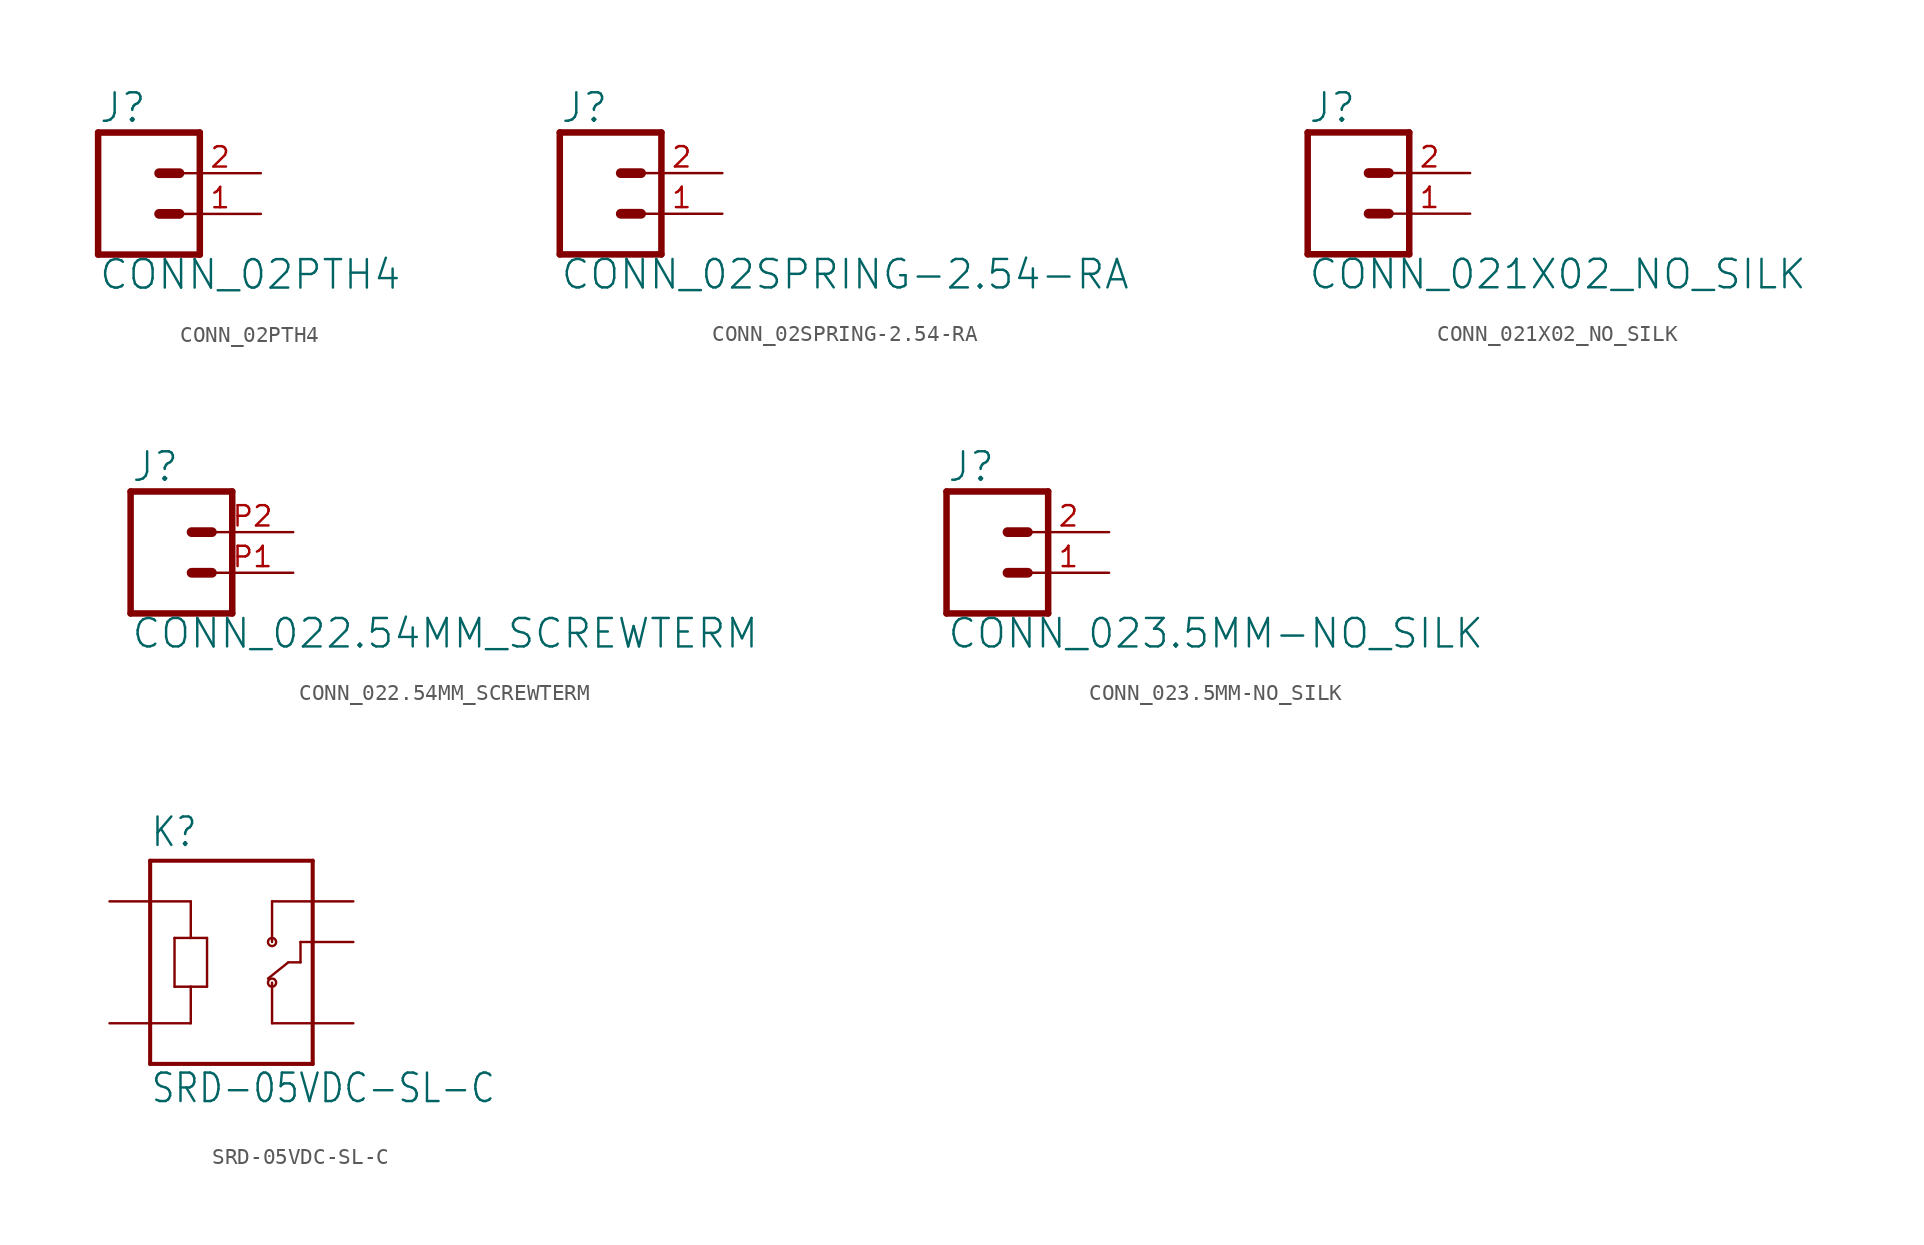
<source format=kicad_sym>
(kicad_symbol_lib
  (version 20211014)
  (generator kicad_symbol_editor)
  (symbol "CONN_02PTH4"
    (property "Reference" "J"
      (at -2.54 5.588 0)
      (effects (font (size 1.778 1.778)) (justify left bottom)))
    (property "Value" "CONN_02PTH4"
      (at -2.54 -4.826 0)
      (effects (font (size 1.778 1.778)) (justify left bottom)))
    (property "ki_locked" ""
      (at 0 0 0)
      (effects (font (size 1.27 1.27))))
    (symbol "CONN_02PTH4_1_0"
      (polyline (pts (xy -2.54 5.08) (xy -2.54 -2.54)) (stroke (width 0.406) (type default) (color 0 0 0 0)) (fill (type none)))
      (polyline (pts (xy -2.54 5.08) (xy 3.81 5.08)) (stroke (width 0.406) (type default) (color 0 0 0 0)) (fill (type none)))
      (polyline (pts (xy 1.27 0) (xy 2.54 0)) (stroke (width 0.61) (type default) (color 0 0 0 0)) (fill (type none)))
      (polyline (pts (xy 1.27 2.54) (xy 2.54 2.54)) (stroke (width 0.61) (type default) (color 0 0 0 0)) (fill (type none)))
      (polyline (pts (xy 3.81 -2.54) (xy -2.54 -2.54)) (stroke (width 0.406) (type default) (color 0 0 0 0)) (fill (type none)))
      (polyline (pts (xy 3.81 -2.54) (xy 3.81 5.08)) (stroke (width 0.406) (type default) (color 0 0 0 0)) (fill (type none)))
      (pin passive line (at 7.62 0 180) (length 5.08) (name "1" (effects (font (size 0 0)))) (number "1" (effects (font (size 1.27 1.27)))))
      (pin passive line (at 7.62 2.54 180) (length 5.08) (name "2" (effects (font (size 0 0)))) (number "2" (effects (font (size 1.27 1.27)))))))
  (symbol "CONN_02SPRING-2.54-RA"
    (property "Reference" "J"
      (at -2.54 5.588 0)
      (effects (font (size 1.778 1.778)) (justify left bottom)))
    (property "Value" "CONN_02SPRING-2.54-RA"
      (at -2.54 -4.826 0)
      (effects (font (size 1.778 1.778)) (justify left bottom)))
    (property "ki_locked" ""
      (at 0 0 0)
      (effects (font (size 1.27 1.27))))
    (symbol "CONN_02SPRING-2.54-RA_1_0"
      (polyline (pts (xy -2.54 5.08) (xy -2.54 -2.54)) (stroke (width 0.406) (type default) (color 0 0 0 0)) (fill (type none)))
      (polyline (pts (xy -2.54 5.08) (xy 3.81 5.08)) (stroke (width 0.406) (type default) (color 0 0 0 0)) (fill (type none)))
      (polyline (pts (xy 1.27 0) (xy 2.54 0)) (stroke (width 0.61) (type default) (color 0 0 0 0)) (fill (type none)))
      (polyline (pts (xy 1.27 2.54) (xy 2.54 2.54)) (stroke (width 0.61) (type default) (color 0 0 0 0)) (fill (type none)))
      (polyline (pts (xy 3.81 -2.54) (xy -2.54 -2.54)) (stroke (width 0.406) (type default) (color 0 0 0 0)) (fill (type none)))
      (polyline (pts (xy 3.81 -2.54) (xy 3.81 5.08)) (stroke (width 0.406) (type default) (color 0 0 0 0)) (fill (type none)))
      (pin passive line (at 7.62 0 180) (length 5.08) (name "1" (effects (font (size 0 0)))) (number "1" (effects (font (size 1.27 1.27)))))
      (pin passive line (at 7.62 2.54 180) (length 5.08) (name "2" (effects (font (size 0 0)))) (number "2" (effects (font (size 1.27 1.27)))))))
  (symbol "CONN_021X02_NO_SILK"
    (property "Reference" "J"
      (at -2.54 5.588 0)
      (effects (font (size 1.778 1.778)) (justify left bottom)))
    (property "Value" "CONN_021X02_NO_SILK"
      (at -2.54 -4.826 0)
      (effects (font (size 1.778 1.778)) (justify left bottom)))
    (property "ki_locked" ""
      (at 0 0 0)
      (effects (font (size 1.27 1.27))))
    (symbol "CONN_021X02_NO_SILK_1_0"
      (polyline (pts (xy -2.54 5.08) (xy -2.54 -2.54)) (stroke (width 0.406) (type default) (color 0 0 0 0)) (fill (type none)))
      (polyline (pts (xy -2.54 5.08) (xy 3.81 5.08)) (stroke (width 0.406) (type default) (color 0 0 0 0)) (fill (type none)))
      (polyline (pts (xy 1.27 0) (xy 2.54 0)) (stroke (width 0.61) (type default) (color 0 0 0 0)) (fill (type none)))
      (polyline (pts (xy 1.27 2.54) (xy 2.54 2.54)) (stroke (width 0.61) (type default) (color 0 0 0 0)) (fill (type none)))
      (polyline (pts (xy 3.81 -2.54) (xy -2.54 -2.54)) (stroke (width 0.406) (type default) (color 0 0 0 0)) (fill (type none)))
      (polyline (pts (xy 3.81 -2.54) (xy 3.81 5.08)) (stroke (width 0.406) (type default) (color 0 0 0 0)) (fill (type none)))
      (pin passive line (at 7.62 0 180) (length 5.08) (name "1" (effects (font (size 0 0)))) (number "1" (effects (font (size 1.27 1.27)))))
      (pin passive line (at 7.62 2.54 180) (length 5.08) (name "2" (effects (font (size 0 0)))) (number "2" (effects (font (size 1.27 1.27)))))))
  (symbol "CONN_022.54MM_SCREWTERM"
    (property "Reference" "J"
      (at -2.54 5.588 0)
      (effects (font (size 1.778 1.778)) (justify left bottom)))
    (property "Value" "CONN_022.54MM_SCREWTERM"
      (at -2.54 -4.826 0)
      (effects (font (size 1.778 1.778)) (justify left bottom)))
    (property "ki_locked" ""
      (at 0 0 0)
      (effects (font (size 1.27 1.27))))
    (symbol "CONN_022.54MM_SCREWTERM_1_0"
      (polyline (pts (xy -2.54 5.08) (xy -2.54 -2.54)) (stroke (width 0.406) (type default) (color 0 0 0 0)) (fill (type none)))
      (polyline (pts (xy -2.54 5.08) (xy 3.81 5.08)) (stroke (width 0.406) (type default) (color 0 0 0 0)) (fill (type none)))
      (polyline (pts (xy 1.27 0) (xy 2.54 0)) (stroke (width 0.61) (type default) (color 0 0 0 0)) (fill (type none)))
      (polyline (pts (xy 1.27 2.54) (xy 2.54 2.54)) (stroke (width 0.61) (type default) (color 0 0 0 0)) (fill (type none)))
      (polyline (pts (xy 3.81 -2.54) (xy -2.54 -2.54)) (stroke (width 0.406) (type default) (color 0 0 0 0)) (fill (type none)))
      (polyline (pts (xy 3.81 -2.54) (xy 3.81 5.08)) (stroke (width 0.406) (type default) (color 0 0 0 0)) (fill (type none)))
      (pin passive line (at 7.62 0 180) (length 5.08) (name "1" (effects (font (size 0 0)))) (number "P1" (effects (font (size 1.27 1.27)))))
      (pin passive line (at 7.62 2.54 180) (length 5.08) (name "2" (effects (font (size 0 0)))) (number "P2" (effects (font (size 1.27 1.27)))))))
  (symbol "CONN_023.5MM-NO_SILK"
    (property "Reference" "J"
      (at -2.54 5.588 0)
      (effects (font (size 1.778 1.778)) (justify left bottom)))
    (property "Value" "CONN_023.5MM-NO_SILK"
      (at -2.54 -4.826 0)
      (effects (font (size 1.778 1.778)) (justify left bottom)))
    (property "ki_locked" ""
      (at 0 0 0)
      (effects (font (size 1.27 1.27))))
    (symbol "CONN_023.5MM-NO_SILK_1_0"
      (polyline (pts (xy -2.54 5.08) (xy -2.54 -2.54)) (stroke (width 0.406) (type default) (color 0 0 0 0)) (fill (type none)))
      (polyline (pts (xy -2.54 5.08) (xy 3.81 5.08)) (stroke (width 0.406) (type default) (color 0 0 0 0)) (fill (type none)))
      (polyline (pts (xy 1.27 0) (xy 2.54 0)) (stroke (width 0.61) (type default) (color 0 0 0 0)) (fill (type none)))
      (polyline (pts (xy 1.27 2.54) (xy 2.54 2.54)) (stroke (width 0.61) (type default) (color 0 0 0 0)) (fill (type none)))
      (polyline (pts (xy 3.81 -2.54) (xy -2.54 -2.54)) (stroke (width 0.406) (type default) (color 0 0 0 0)) (fill (type none)))
      (polyline (pts (xy 3.81 -2.54) (xy 3.81 5.08)) (stroke (width 0.406) (type default) (color 0 0 0 0)) (fill (type none)))
      (pin passive line (at 7.62 0 180) (length 5.08) (name "1" (effects (font (size 0 0)))) (number "1" (effects (font (size 1.27 1.27)))))
      (pin passive line (at 7.62 2.54 180) (length 5.08) (name "2" (effects (font (size 0 0)))) (number "2" (effects (font (size 1.27 1.27)))))))
  (symbol "SRD-05VDC-SL-C"
    (property "Reference" "K"
      (at -5.081 5.843 0)
      (effects (font (size 1.778 1.512)) (justify left bottom)))
    (property "Value" "SRD-05VDC-SL-C"
      (at -5.083 -10.166 0)
      (effects (font (size 1.779 1.512)) (justify left bottom)))
    (property "ki_locked" ""
      (at 0 0 0)
      (effects (font (size 1.27 1.27))))
    (symbol "SRD-05VDC-SL-C_1_0"
      (polyline (pts (xy -5.08 -7.62) (xy -5.08 5.08)) (stroke (width 0.254) (type default) (color 0 0 0 0)) (fill (type none)))
      (polyline (pts (xy -5.08 2.54) (xy -2.54 2.54)) (stroke (width 0.152) (type default) (color 0 0 0 0)) (fill (type none)))
      (polyline (pts (xy -5.08 5.08) (xy 5.08 5.08)) (stroke (width 0.254) (type default) (color 0 0 0 0)) (fill (type none)))
      (polyline (pts (xy -3.556 -2.794) (xy -2.54 -2.794)) (stroke (width 0.152) (type default) (color 0 0 0 0)) (fill (type none)))
      (polyline (pts (xy -3.556 0.254) (xy -3.556 -2.794)) (stroke (width 0.152) (type default) (color 0 0 0 0)) (fill (type none)))
      (polyline (pts (xy -2.54 -5.08) (xy -5.08 -5.08)) (stroke (width 0.152) (type default) (color 0 0 0 0)) (fill (type none)))
      (polyline (pts (xy -2.54 -2.794) (xy -2.54 -5.08)) (stroke (width 0.152) (type default) (color 0 0 0 0)) (fill (type none)))
      (polyline (pts (xy -2.54 -2.794) (xy -1.524 -2.794)) (stroke (width 0.152) (type default) (color 0 0 0 0)) (fill (type none)))
      (polyline (pts (xy -2.54 0.254) (xy -3.556 0.254)) (stroke (width 0.152) (type default) (color 0 0 0 0)) (fill (type none)))
      (polyline (pts (xy -2.54 2.54) (xy -2.54 0.254)) (stroke (width 0.152) (type default) (color 0 0 0 0)) (fill (type none)))
      (polyline (pts (xy -1.524 -2.794) (xy -1.524 0.254)) (stroke (width 0.152) (type default) (color 0 0 0 0)) (fill (type none)))
      (polyline (pts (xy -1.524 0.254) (xy -2.54 0.254)) (stroke (width 0.152) (type default) (color 0 0 0 0)) (fill (type none)))
      (polyline (pts (xy 2.54 -5.08) (xy 5.08 -5.08)) (stroke (width 0.152) (type default) (color 0 0 0 0)) (fill (type none)))
      (polyline (pts (xy 2.54 -2.54) (xy 2.54 -5.08)) (stroke (width 0.152) (type default) (color 0 0 0 0)) (fill (type none)))
      (polyline (pts (xy 2.54 2.54) (xy 2.54 0)) (stroke (width 0.152) (type default) (color 0 0 0 0)) (fill (type none)))
      (polyline (pts (xy 3.556 -1.27) (xy 2.286 -2.286)) (stroke (width 0.152) (type default) (color 0 0 0 0)) (fill (type none)))
      (polyline (pts (xy 3.556 -1.27) (xy 4.318 -1.27)) (stroke (width 0.152) (type default) (color 0 0 0 0)) (fill (type none)))
      (polyline (pts (xy 4.318 -1.27) (xy 4.318 0)) (stroke (width 0.152) (type default) (color 0 0 0 0)) (fill (type none)))
      (polyline (pts (xy 4.318 0) (xy 5.08 0)) (stroke (width 0.152) (type default) (color 0 0 0 0)) (fill (type none)))
      (polyline (pts (xy 5.08 -7.62) (xy -5.08 -7.62)) (stroke (width 0.254) (type default) (color 0 0 0 0)) (fill (type none)))
      (polyline (pts (xy 5.08 0) (xy 5.08 -7.62)) (stroke (width 0.254) (type default) (color 0 0 0 0)) (fill (type none)))
      (polyline (pts (xy 5.08 2.54) (xy 2.54 2.54)) (stroke (width 0.152) (type default) (color 0 0 0 0)) (fill (type none)))
      (polyline (pts (xy 5.08 5.08) (xy 5.08 0)) (stroke (width 0.254) (type default) (color 0 0 0 0)) (fill (type none)))
      (circle (center 2.54 -2.54) (radius 0.254) (stroke (width 0.152) (type default) (color 0 0 0 0)) (fill (type none)))
      (circle (center 2.54 0) (radius 0.254) (stroke (width 0.152) (type default) (color 0 0 0 0)) (fill (type none)))
      (pin passive line (at -7.62 2.54 0) (length 2.54) (name "A1" (effects (font (size 0 0)))) (number "A1" (effects (font (size 0 0)))))
      (pin passive line (at -7.62 -5.08 0) (length 2.54) (name "A2" (effects (font (size 0 0)))) (number "A2" (effects (font (size 0 0)))))
      (pin passive line (at 7.62 0 180) (length 2.54) (name "COM" (effects (font (size 0 0)))) (number "COM" (effects (font (size 0 0)))))
      (pin passive line (at 7.62 -5.08 180) (length 2.54) (name "NC" (effects (font (size 0 0)))) (number "NC" (effects (font (size 0 0)))))
      (pin passive line (at 7.62 2.54 180) (length 2.54) (name "NO" (effects (font (size 0 0)))) (number "NO" (effects (font (size 0 0))))))))
</source>
